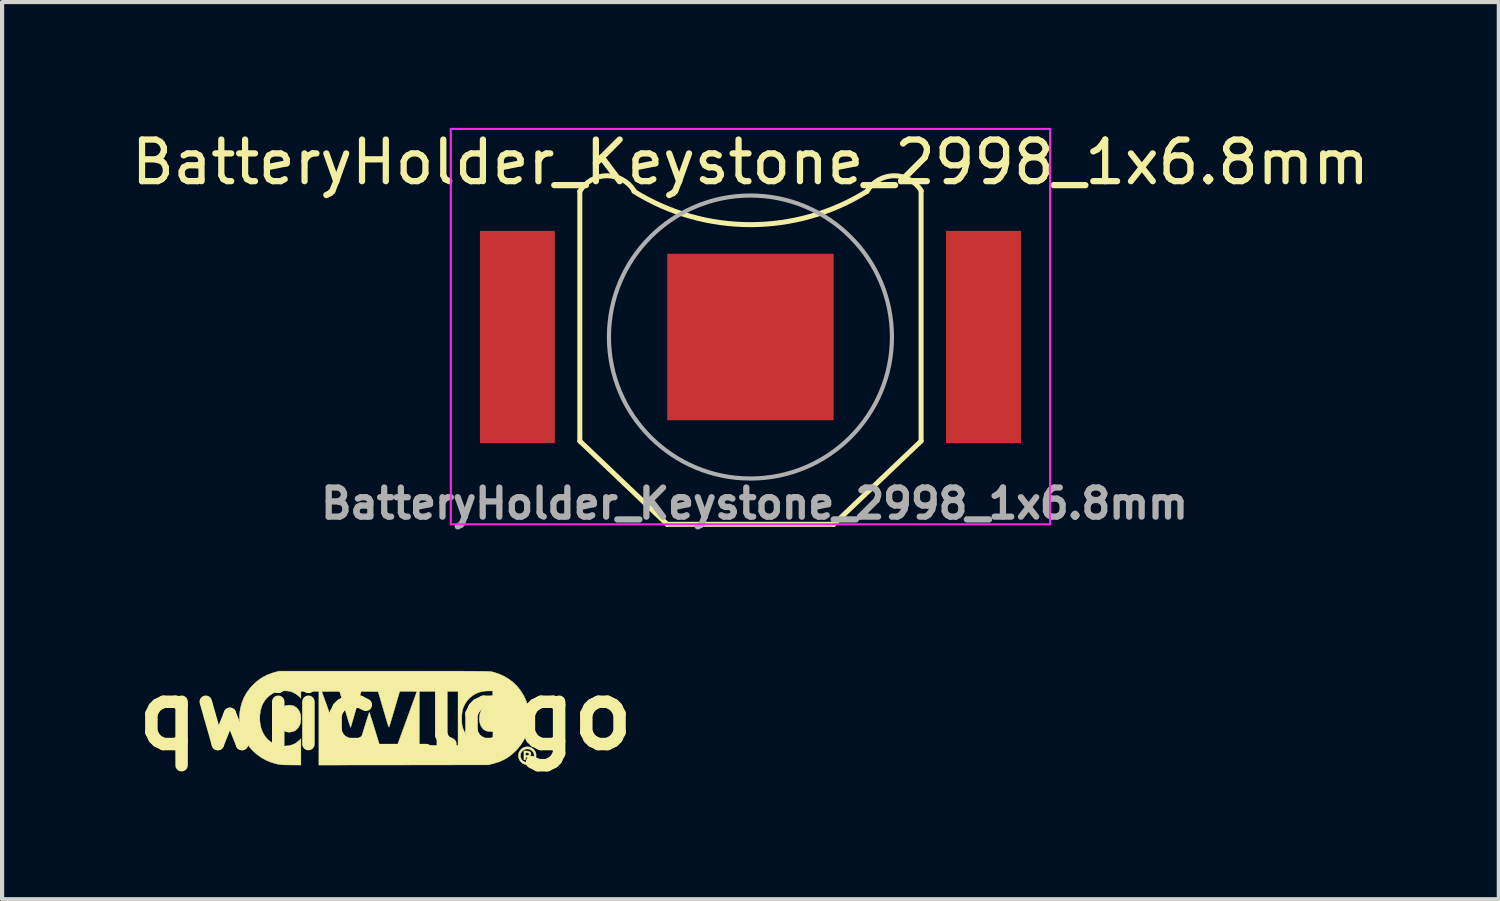
<source format=kicad_pcb>
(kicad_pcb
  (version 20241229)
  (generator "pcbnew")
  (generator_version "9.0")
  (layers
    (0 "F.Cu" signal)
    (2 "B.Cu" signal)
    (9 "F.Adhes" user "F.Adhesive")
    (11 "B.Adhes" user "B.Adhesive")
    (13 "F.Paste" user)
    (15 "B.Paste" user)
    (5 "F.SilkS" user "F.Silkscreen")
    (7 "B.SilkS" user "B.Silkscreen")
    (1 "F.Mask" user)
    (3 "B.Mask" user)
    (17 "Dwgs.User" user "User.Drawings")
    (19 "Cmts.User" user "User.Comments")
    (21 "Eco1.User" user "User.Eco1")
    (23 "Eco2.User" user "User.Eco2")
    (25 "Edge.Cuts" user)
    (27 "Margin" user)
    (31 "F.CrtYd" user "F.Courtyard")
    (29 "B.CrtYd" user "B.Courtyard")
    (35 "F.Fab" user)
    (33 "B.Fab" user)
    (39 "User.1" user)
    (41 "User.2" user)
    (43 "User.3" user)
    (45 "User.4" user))
  (footprint "qwiic_logo"
    (layer "F.Cu")
    (at 6.212 14.139)
    (property "Reference" "qwiic_logo" (at 0 0 0) (layer "F.SilkS") (effects (font (size 1.524 1.524) (thickness 0.3))))
    (attr through_hole)
    (fp_poly (pts (xy -2.249 -0.24) (xy -2.195 -0.222) (xy -2.146 -0.191) (xy -2.133 -0.18) (xy -2.09 -0.132) (xy -2.059 -0.077) (xy -2.04 -0.013) (xy -2.033 0.062) (xy -2.034 0.108) (xy -2.037 0.148) (xy -2.041 0.178) (xy -2.049 0.205) (xy -2.062 0.234) (xy -2.071 0.252) (xy -2.107 0.31) (xy -2.151 0.353) (xy -2.203 0.382) (xy -2.266 0.399) (xy -2.298 0.403) (xy -2.333 0.403) (xy -2.369 0.398) (xy -2.38 0.395) (xy -2.444 0.369) (xy -2.498 0.331) (xy -2.539 0.281) (xy -2.568 0.219) (xy -2.585 0.146) (xy -2.589 0.106) (xy -2.588 0.024) (xy -2.574 -0.046) (xy -2.548 -0.108) (xy -2.509 -0.161) (xy -2.487 -0.182) (xy -2.439 -0.217) (xy -2.386 -0.237) (xy -2.325 -0.245) (xy -2.311 -0.246) (xy -2.249 -0.24)) (stroke (width 0.01) (type solid)) (fill yes) (layer "F.SilkS"))
    (fp_poly (pts (xy 3.372 0.855) (xy 3.417 0.858) (xy 3.454 0.866) (xy 3.479 0.879) (xy 3.488 0.889) (xy 3.496 0.917) (xy 3.495 0.948) (xy 3.485 0.975) (xy 3.479 0.982) (xy 3.468 0.995) (xy 3.467 1.005) (xy 3.477 1.021) (xy 3.478 1.023) (xy 3.494 1.047) (xy 3.5 1.06) (xy 3.497 1.065) (xy 3.483 1.067) (xy 3.478 1.067) (xy 3.457 1.064) (xy 3.444 1.054) (xy 3.435 1.037) (xy 3.423 1.017) (xy 3.408 1.009) (xy 3.395 1.008) (xy 3.378 1.009) (xy 3.371 1.018) (xy 3.37 1.037) (xy 3.368 1.057) (xy 3.361 1.065) (xy 3.349 1.067) (xy 3.327 1.067) (xy 3.327 0.966) (xy 3.37 0.966) (xy 3.405 0.964) (xy 3.433 0.958) (xy 3.449 0.946) (xy 3.454 0.927) (xy 3.444 0.911) (xy 3.42 0.901) (xy 3.405 0.899) (xy 3.37 0.896) (xy 3.37 0.966) (xy 3.327 0.966) (xy 3.327 0.855) (xy 3.372 0.855)) (stroke (width 0.01) (type solid)) (fill yes) (layer "F.SilkS"))
    (fp_poly (pts (xy 3.452 0.759) (xy 3.506 0.777) (xy 3.542 0.799) (xy 3.562 0.819) (xy 3.583 0.847) (xy 3.595 0.866) (xy 3.609 0.894) (xy 3.616 0.92) (xy 3.619 0.952) (xy 3.619 0.969) (xy 3.611 1.03) (xy 3.589 1.083) (xy 3.552 1.127) (xy 3.501 1.162) (xy 3.468 1.174) (xy 3.426 1.181) (xy 3.384 1.182) (xy 3.349 1.178) (xy 3.34 1.175) (xy 3.288 1.148) (xy 3.246 1.109) (xy 3.216 1.062) (xy 3.198 1.01) (xy 3.195 0.961) (xy 3.243 0.961) (xy 3.247 1.009) (xy 3.264 1.052) (xy 3.279 1.073) (xy 3.319 1.107) (xy 3.366 1.128) (xy 3.415 1.133) (xy 3.464 1.123) (xy 3.469 1.121) (xy 3.513 1.095) (xy 3.545 1.06) (xy 3.565 1.018) (xy 3.574 0.972) (xy 3.569 0.926) (xy 3.55 0.883) (xy 3.532 0.861) (xy 3.49 0.828) (xy 3.444 0.81) (xy 3.395 0.806) (xy 3.348 0.818) (xy 3.304 0.844) (xy 3.274 0.874) (xy 3.252 0.915) (xy 3.243 0.961) (xy 3.195 0.961) (xy 3.194 0.956) (xy 3.205 0.901) (xy 3.216 0.874) (xy 3.25 0.826) (xy 3.293 0.789) (xy 3.343 0.765) (xy 3.397 0.755) (xy 3.452 0.759)) (stroke (width 0.01) (type solid)) (fill yes) (layer "F.SilkS"))
    (fp_poly (pts (xy 0.215 -1.063) (xy 0.444 -1.063) (xy 0.657 -1.063) (xy 0.855 -1.062) (xy 1.038 -1.062) (xy 1.207 -1.062) (xy 1.363 -1.062) (xy 1.506 -1.062) (xy 1.636 -1.062) (xy 1.755 -1.062) (xy 1.863 -1.062) (xy 1.96 -1.061) (xy 2.047 -1.061) (xy 2.125 -1.061) (xy 2.194 -1.06) (xy 2.255 -1.06) (xy 2.308 -1.059) (xy 2.354 -1.058) (xy 2.394 -1.058) (xy 2.427 -1.057) (xy 2.456 -1.056) (xy 2.48 -1.055) (xy 2.499 -1.054) (xy 2.515 -1.053) (xy 2.528 -1.052) (xy 2.539 -1.051) (xy 2.548 -1.049) (xy 2.555 -1.048) (xy 2.561 -1.047) (xy 2.699 -1.006) (xy 2.827 -0.952) (xy 2.946 -0.884) (xy 3.055 -0.804) (xy 3.153 -0.711) (xy 3.239 -0.606) (xy 3.313 -0.489) (xy 3.33 -0.458) (xy 3.383 -0.341) (xy 3.421 -0.224) (xy 3.444 -0.104) (xy 3.454 0.024) (xy 3.454 0.059) (xy 3.447 0.2) (xy 3.424 0.333) (xy 3.386 0.46) (xy 3.332 0.58) (xy 3.262 0.694) (xy 3.176 0.803) (xy 3.14 0.842) (xy 3.044 0.932) (xy 2.943 1.008) (xy 2.835 1.071) (xy 2.717 1.121) (xy 2.588 1.161) (xy 2.55 1.17) (xy 2.468 1.189) (xy 0.434 1.192) (xy -1.6 1.194) (xy -1.6 -0.571) (xy -1.531 -0.571) (xy -1.297 0.074) (xy -1.063 0.719) (xy -0.85 0.72) (xy -0.638 0.72) (xy -0.517 0.328) (xy -0.492 0.25) (xy -0.47 0.177) (xy -0.449 0.11) (xy -0.43 0.051) (xy -0.414 0.003) (xy -0.402 -0.035) (xy -0.394 -0.06) (xy -0.39 -0.07) (xy -0.39 -0.07) (xy -0.386 -0.063) (xy -0.378 -0.042) (xy -0.366 -0.008) (xy -0.351 0.038) (xy -0.333 0.095) (xy -0.312 0.159) (xy -0.29 0.231) (xy -0.266 0.309) (xy -0.262 0.322) (xy -0.14 0.72) (xy 0.284 0.72) (xy 0.519 0.077) (xy 0.555 -0.022) (xy 0.59 -0.117) (xy 0.622 -0.207) (xy 0.652 -0.289) (xy 0.679 -0.363) (xy 0.703 -0.428) (xy 0.722 -0.482) (xy 0.737 -0.524) (xy 0.748 -0.553) (xy 0.753 -0.568) (xy 0.754 -0.57) (xy 0.745 -0.572) (xy 0.723 -0.573) (xy 0.688 -0.574) (xy 0.643 -0.575) (xy 0.59 -0.576) (xy 0.548 -0.576) (xy 0.813 -0.576) (xy 0.813 0.72) (xy 1.236 0.72) (xy 1.236 -0.576) (xy 1.321 -0.576) (xy 1.321 0.72) (xy 1.744 0.72) (xy 1.744 0.076) (xy 1.833 0.076) (xy 1.834 0.144) (xy 1.837 0.199) (xy 1.843 0.246) (xy 1.853 0.289) (xy 1.868 0.331) (xy 1.889 0.379) (xy 1.902 0.405) (xy 1.951 0.488) (xy 2.014 0.559) (xy 2.088 0.619) (xy 2.147 0.653) (xy 2.225 0.689) (xy 2.299 0.714) (xy 2.375 0.728) (xy 2.458 0.734) (xy 2.498 0.734) (xy 2.578 0.732) (xy 2.58 0.562) (xy 2.583 0.392) (xy 2.508 0.388) (xy 2.447 0.381) (xy 2.399 0.365) (xy 2.358 0.338) (xy 2.333 0.312) (xy 2.297 0.258) (xy 2.272 0.196) (xy 2.258 0.128) (xy 2.255 0.059) (xy 2.262 -0.009) (xy 2.28 -0.073) (xy 2.309 -0.129) (xy 2.348 -0.175) (xy 2.389 -0.206) (xy 2.431 -0.226) (xy 2.48 -0.235) (xy 2.517 -0.237) (xy 2.583 -0.237) (xy 2.58 -0.413) (xy 2.578 -0.588) (xy 2.472 -0.587) (xy 2.388 -0.583) (xy 2.314 -0.571) (xy 2.245 -0.552) (xy 2.174 -0.522) (xy 2.159 -0.515) (xy 2.091 -0.473) (xy 2.026 -0.419) (xy 1.967 -0.357) (xy 1.92 -0.29) (xy 1.907 -0.266) (xy 1.88 -0.211) (xy 1.861 -0.16) (xy 1.847 -0.11) (xy 1.839 -0.056) (xy 1.834 0.006) (xy 1.833 0.076) (xy 1.744 0.076) (xy 1.744 -0.576) (xy 1.321 -0.576) (xy 1.236 -0.576) (xy 0.813 -0.576) (xy 0.548 -0.576) (xy 0.342 -0.576) (xy 0.221 -0.163) (xy 0.197 -0.082) (xy 0.174 -0.005) (xy 0.153 0.066) (xy 0.134 0.129) (xy 0.118 0.183) (xy 0.105 0.226) (xy 0.095 0.257) (xy 0.09 0.273) (xy 0.09 0.275) (xy 0.088 0.279) (xy 0.086 0.281) (xy 0.083 0.281) (xy 0.08 0.277) (xy 0.076 0.268) (xy 0.07 0.254) (xy 0.063 0.233) (xy 0.054 0.205) (xy 0.042 0.168) (xy 0.028 0.122) (xy 0.011 0.065) (xy -0.009 -0.003) (xy -0.032 -0.083) (xy -0.06 -0.177) (xy -0.091 -0.284) (xy -0.127 -0.407) (xy -0.134 -0.432) (xy -0.175 -0.571) (xy -0.583 -0.576) (xy -0.604 -0.506) (xy -0.611 -0.483) (xy -0.622 -0.446) (xy -0.636 -0.396) (xy -0.654 -0.337) (xy -0.673 -0.27) (xy -0.694 -0.197) (xy -0.716 -0.12) (xy -0.729 -0.076) (xy -0.75 -0.001) (xy -0.771 0.069) (xy -0.789 0.132) (xy -0.806 0.187) (xy -0.819 0.232) (xy -0.829 0.265) (xy -0.836 0.285) (xy -0.838 0.29) (xy -0.841 0.283) (xy -0.849 0.262) (xy -0.86 0.227) (xy -0.875 0.181) (xy -0.893 0.124) (xy -0.913 0.058) (xy -0.935 -0.016) (xy -0.958 -0.095) (xy -0.969 -0.131) (xy -0.993 -0.213) (xy -1.016 -0.29) (xy -1.037 -0.36) (xy -1.056 -0.423) (xy -1.072 -0.477) (xy -1.085 -0.519) (xy -1.094 -0.549) (xy -1.1 -0.565) (xy -1.1 -0.567) (xy -1.109 -0.57) (xy -1.132 -0.572) (xy -1.17 -0.574) (xy -1.223 -0.574) (xy -1.293 -0.574) (xy -1.318 -0.574) (xy -1.531 -0.571) (xy -1.6 -0.571) (xy -1.6 -0.576) (xy -2.032 -0.576) (xy -2.032 -0.411) (xy -2.076 -0.455) (xy -2.143 -0.509) (xy -2.216 -0.55) (xy -2.261 -0.568) (xy -2.304 -0.579) (xy -2.359 -0.586) (xy -2.42 -0.589) (xy -2.482 -0.587) (xy -2.54 -0.582) (xy -2.589 -0.573) (xy -2.59 -0.573) (xy -2.682 -0.539) (xy -2.765 -0.491) (xy -2.839 -0.429) (xy -2.901 -0.355) (xy -2.949 -0.275) (xy -2.98 -0.197) (xy -3.004 -0.108) (xy -3.017 -0.013) (xy -3.021 0.083) (xy -3.016 0.155) (xy -3.007 0.223) (xy -2.996 0.28) (xy -2.98 0.331) (xy -2.96 0.383) (xy -2.941 0.423) (xy -2.893 0.504) (xy -2.833 0.574) (xy -2.764 0.633) (xy -2.692 0.676) (xy -2.6 0.711) (xy -2.503 0.731) (xy -2.415 0.737) (xy -2.322 0.729) (xy -2.237 0.707) (xy -2.161 0.671) (xy -2.093 0.62) (xy -2.082 0.61) (xy -2.032 0.561) (xy -2.032 1.194) (xy -2.237 1.192) (xy -2.297 1.192) (xy -2.352 1.191) (xy -2.401 1.19) (xy -2.44 1.189) (xy -2.467 1.188) (xy -2.477 1.188) (xy -2.61 1.168) (xy -2.738 1.132) (xy -2.861 1.082) (xy -2.977 1.018) (xy -3.085 0.942) (xy -3.183 0.855) (xy -3.27 0.757) (xy -3.346 0.649) (xy -3.407 0.533) (xy -3.43 0.478) (xy -3.472 0.35) (xy -3.498 0.221) (xy -3.51 0.092) (xy -3.506 -0.033) (xy -3.485 -0.174) (xy -3.449 -0.306) (xy -3.398 -0.431) (xy -3.332 -0.548) (xy -3.251 -0.658) (xy -3.16 -0.755) (xy -3.057 -0.844) (xy -2.947 -0.918) (xy -2.828 -0.977) (xy -2.699 -1.024) (xy -2.644 -1.039) (xy -2.553 -1.063) (xy -0.03 -1.063) (xy 0.215 -1.063)) (stroke (width 0.01) (type solid)) (fill yes) (layer "F.SilkS")))
  (footprint "BatteryHolder_Keystone_2998_1x6.8mm"
    (layer "F.Cu")
    (at 14.982 5.048)
    (property "Reference" "BatteryHolder_Keystone_2998_1x6.8mm" (at 0 -4.2 0) (layer "F.SilkS") (effects (font (size 1 1) (thickness 0.15))))
    (attr smd)
    (fp_line (start -4.1 -3.5) (end -4.1 2.5) (stroke (width 0.12) (type solid)) (layer "F.SilkS"))
    (fp_line (start -2 4.5) (end -4.1 2.5) (stroke (width 0.12) (type solid)) (layer "F.SilkS"))
    (fp_line (start -2 4.5) (end 2 4.5) (stroke (width 0.12) (type solid)) (layer "F.SilkS"))
    (fp_line (start 2 4.5) (end 4.1 2.5) (stroke (width 0.12) (type solid)) (layer "F.SilkS"))
    (fp_line (start 4.1 -3.5) (end 4.1 2.5) (stroke (width 0.12) (type solid)) (layer "F.SilkS"))
    (fp_arc (start -4.1 -3.5) (mid -3.452552 -3.87515) (end -2.796277 -3.515663) (stroke (width 0.12) (type solid)) (layer "F.SilkS"))
    (fp_arc (start 2.8 -3.5) (mid 3.447448 -3.87515) (end 4.103723 -3.515663) (stroke (width 0.12) (type solid)) (layer "F.SilkS"))
    (fp_arc (start 2.801446 -3.5009) (mid 0.000852 -2.7) (end -2.8 -3.5) (stroke (width 0.12) (type solid)) (layer "F.SilkS"))
    (fp_line (start -7.2 -5) (end -7.2 4.5) (stroke (width 0.05) (type solid)) (layer "F.CrtYd"))
    (fp_line (start -7.2 4.5) (end 7.2 4.5) (stroke (width 0.05) (type solid)) (layer "F.CrtYd"))
    (fp_line (start 7.2 -5) (end -7.2 -5) (stroke (width 0.05) (type solid)) (layer "F.CrtYd"))
    (fp_line (start 7.2 4.5) (end 7.2 -5) (stroke (width 0.05) (type solid)) (layer "F.CrtYd"))
    (fp_circle (center 0 0) (end 3.4 0) (stroke (width 0.1) (type solid)) (fill no) (layer "F.Fab"))
    (fp_text user "${REFERENCE}" (at 0.1 4 0) (layer "F.Fab") (effects (font (size 0.7 0.7) (thickness 0.15))))
    (pad "1" smd rect (at -5.6 0) (size 1.8 5.1) (layers "F.Cu" "F.Mask" "F.Paste"))
    (pad "1" smd rect (at 5.6 0) (size 1.8 5.1) (layers "F.Cu" "F.Mask" "F.Paste"))
    (pad "2" smd rect (at 0 0) (size 4 4) (layers "F.Cu" "F.Mask" "F.Paste")))
  (gr_rect
    (start -3 -3)
    (end 32.964 18.557)
    (stroke (width 0.1) (type default))
    (fill no)
    (layer "Edge.Cuts")))
</source>
